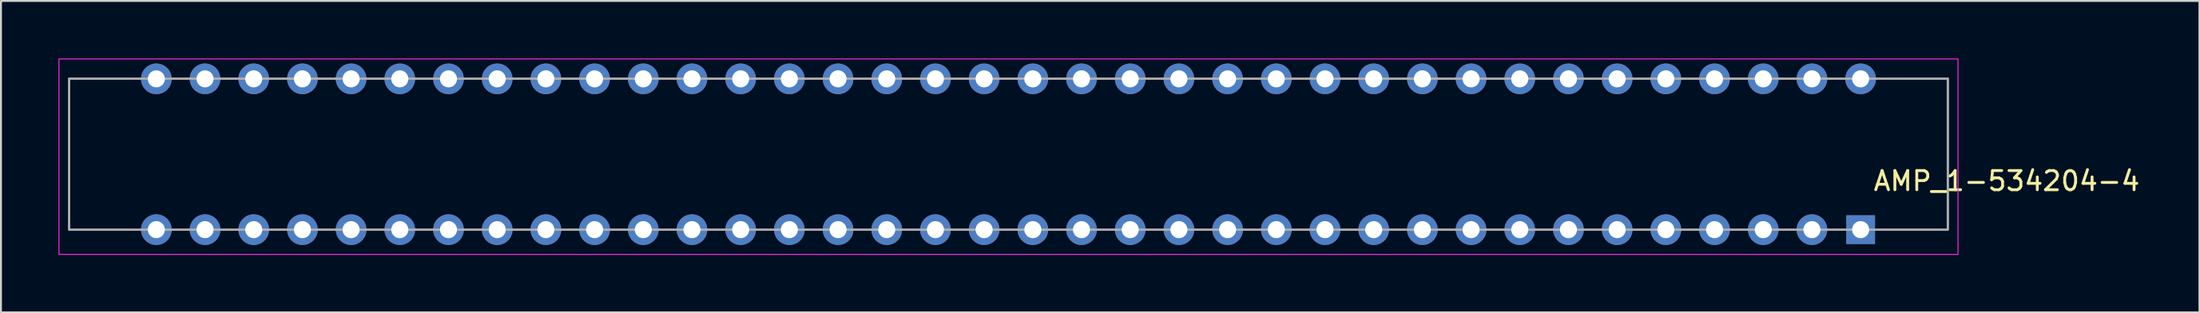
<source format=kicad_pcb>
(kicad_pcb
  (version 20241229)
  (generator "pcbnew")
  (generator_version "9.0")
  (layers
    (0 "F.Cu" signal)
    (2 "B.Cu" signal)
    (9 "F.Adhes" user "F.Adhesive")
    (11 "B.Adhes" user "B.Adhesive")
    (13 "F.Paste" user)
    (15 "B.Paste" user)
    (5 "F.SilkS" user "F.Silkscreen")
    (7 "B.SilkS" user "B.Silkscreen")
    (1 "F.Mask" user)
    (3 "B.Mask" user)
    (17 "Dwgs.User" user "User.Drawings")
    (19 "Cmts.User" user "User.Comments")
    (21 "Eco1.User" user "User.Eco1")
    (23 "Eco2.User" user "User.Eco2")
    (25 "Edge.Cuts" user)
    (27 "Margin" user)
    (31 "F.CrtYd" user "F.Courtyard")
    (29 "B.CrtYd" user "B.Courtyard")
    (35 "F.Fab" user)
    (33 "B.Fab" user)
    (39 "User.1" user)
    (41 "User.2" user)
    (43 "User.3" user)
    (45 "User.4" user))
  (footprint "AMP_1-534204-4"
    (layer "F.Cu")
    (at 94.005 8.935)
    (property "Reference" "AMP_1-534204-4" (at 7.62 -2.54 0) (unlocked yes) (layer "F.SilkS") (effects (font (size 1 1) (thickness 0.15))))
    (attr through_hole)
    (fp_rect (start -93.98 -8.91) (end 5.08 1.29) (stroke (width 0.05) (type default)) (fill no) (layer "F.CrtYd"))
    (fp_rect (start -93.45 -7.88) (end 4.55 0) (stroke (width 0.12) (type default)) (fill no) (layer "F.Fab"))
    (pad "1" thru_hole rect (at 0 0) (size 1.5 1.5) (drill 0.89) (layers "*.Cu" "*.Mask"))
    (pad "2" thru_hole circle (at 0 -7.87) (size 1.6 1.6) (drill 0.89) (layers "*.Cu" "*.Mask"))
    (pad "3" thru_hole circle (at -2.54 0) (size 1.6 1.6) (drill 0.89) (layers "*.Cu" "*.Mask"))
    (pad "4" thru_hole circle (at -2.54 -7.87) (size 1.6 1.6) (drill 0.89) (layers "*.Cu" "*.Mask"))
    (pad "5" thru_hole circle (at -5.08 0) (size 1.6 1.6) (drill 0.89) (layers "*.Cu" "*.Mask"))
    (pad "6" thru_hole circle (at -5.08 -7.87) (size 1.6 1.6) (drill 0.89) (layers "*.Cu" "*.Mask"))
    (pad "7" thru_hole circle (at -7.62 0) (size 1.6 1.6) (drill 0.89) (layers "*.Cu" "*.Mask"))
    (pad "8" thru_hole circle (at -7.62 -7.87) (size 1.6 1.6) (drill 0.89) (layers "*.Cu" "*.Mask"))
    (pad "9" thru_hole circle (at -10.16 0) (size 1.6 1.6) (drill 0.89) (layers "*.Cu" "*.Mask"))
    (pad "10" thru_hole circle (at -10.16 -7.87) (size 1.6 1.6) (drill 0.89) (layers "*.Cu" "*.Mask"))
    (pad "11" thru_hole circle (at -12.7 0) (size 1.6 1.6) (drill 0.89) (layers "*.Cu" "*.Mask"))
    (pad "12" thru_hole circle (at -12.7 -7.87) (size 1.6 1.6) (drill 0.89) (layers "*.Cu" "*.Mask"))
    (pad "13" thru_hole circle (at -15.24 0) (size 1.6 1.6) (drill 0.89) (layers "*.Cu" "*.Mask"))
    (pad "14" thru_hole circle (at -15.24 -7.87) (size 1.6 1.6) (drill 0.89) (layers "*.Cu" "*.Mask"))
    (pad "15" thru_hole circle (at -17.78 0) (size 1.6 1.6) (drill 0.89) (layers "*.Cu" "*.Mask"))
    (pad "16" thru_hole circle (at -17.78 -7.87) (size 1.6 1.6) (drill 0.89) (layers "*.Cu" "*.Mask"))
    (pad "17" thru_hole circle (at -20.32 0) (size 1.6 1.6) (drill 0.89) (layers "*.Cu" "*.Mask"))
    (pad "18" thru_hole circle (at -20.32 -7.87) (size 1.6 1.6) (drill 0.89) (layers "*.Cu" "*.Mask"))
    (pad "19" thru_hole circle (at -22.86 0) (size 1.6 1.6) (drill 0.89) (layers "*.Cu" "*.Mask"))
    (pad "20" thru_hole circle (at -22.86 -7.87) (size 1.6 1.6) (drill 0.89) (layers "*.Cu" "*.Mask"))
    (pad "21" thru_hole circle (at -25.4 0) (size 1.6 1.6) (drill 0.89) (layers "*.Cu" "*.Mask"))
    (pad "22" thru_hole circle (at -25.4 -7.87) (size 1.6 1.6) (drill 0.89) (layers "*.Cu" "*.Mask"))
    (pad "23" thru_hole circle (at -27.94 0) (size 1.6 1.6) (drill 0.89) (layers "*.Cu" "*.Mask"))
    (pad "24" thru_hole circle (at -27.94 -7.87) (size 1.6 1.6) (drill 0.89) (layers "*.Cu" "*.Mask"))
    (pad "25" thru_hole circle (at -30.48 0) (size 1.6 1.6) (drill 0.89) (layers "*.Cu" "*.Mask"))
    (pad "26" thru_hole circle (at -30.48 -7.87) (size 1.6 1.6) (drill 0.89) (layers "*.Cu" "*.Mask"))
    (pad "27" thru_hole circle (at -33.02 0) (size 1.6 1.6) (drill 0.89) (layers "*.Cu" "*.Mask"))
    (pad "28" thru_hole circle (at -33.02 -7.87) (size 1.6 1.6) (drill 0.89) (layers "*.Cu" "*.Mask"))
    (pad "29" thru_hole circle (at -35.56 0) (size 1.6 1.6) (drill 0.89) (layers "*.Cu" "*.Mask"))
    (pad "30" thru_hole circle (at -35.56 -7.87) (size 1.6 1.6) (drill 0.89) (layers "*.Cu" "*.Mask"))
    (pad "31" thru_hole circle (at -38.1 0) (size 1.6 1.6) (drill 0.89) (layers "*.Cu" "*.Mask"))
    (pad "32" thru_hole circle (at -38.1 -7.87) (size 1.6 1.6) (drill 0.89) (layers "*.Cu" "*.Mask"))
    (pad "33" thru_hole circle (at -40.64 0) (size 1.6 1.6) (drill 0.89) (layers "*.Cu" "*.Mask"))
    (pad "34" thru_hole circle (at -40.64 -7.87) (size 1.6 1.6) (drill 0.89) (layers "*.Cu" "*.Mask"))
    (pad "35" thru_hole circle (at -43.18 0) (size 1.6 1.6) (drill 0.89) (layers "*.Cu" "*.Mask"))
    (pad "36" thru_hole circle (at -43.18 -7.87) (size 1.6 1.6) (drill 0.89) (layers "*.Cu" "*.Mask"))
    (pad "37" thru_hole circle (at -45.72 0) (size 1.6 1.6) (drill 0.89) (layers "*.Cu" "*.Mask"))
    (pad "38" thru_hole circle (at -45.72 -7.87) (size 1.6 1.6) (drill 0.89) (layers "*.Cu" "*.Mask"))
    (pad "39" thru_hole circle (at -48.26 0) (size 1.6 1.6) (drill 0.89) (layers "*.Cu" "*.Mask"))
    (pad "40" thru_hole circle (at -48.26 -7.87) (size 1.6 1.6) (drill 0.89) (layers "*.Cu" "*.Mask"))
    (pad "41" thru_hole circle (at -50.8 0) (size 1.6 1.6) (drill 0.89) (layers "*.Cu" "*.Mask"))
    (pad "42" thru_hole circle (at -50.8 -7.87) (size 1.6 1.6) (drill 0.89) (layers "*.Cu" "*.Mask"))
    (pad "43" thru_hole circle (at -53.34 0) (size 1.6 1.6) (drill 0.89) (layers "*.Cu" "*.Mask"))
    (pad "44" thru_hole circle (at -53.34 -7.87) (size 1.6 1.6) (drill 0.89) (layers "*.Cu" "*.Mask"))
    (pad "45" thru_hole circle (at -55.88 0) (size 1.6 1.6) (drill 0.89) (layers "*.Cu" "*.Mask"))
    (pad "46" thru_hole circle (at -55.88 -7.87) (size 1.6 1.6) (drill 0.89) (layers "*.Cu" "*.Mask"))
    (pad "47" thru_hole circle (at -58.42 0) (size 1.6 1.6) (drill 0.89) (layers "*.Cu" "*.Mask"))
    (pad "48" thru_hole circle (at -58.42 -7.87) (size 1.6 1.6) (drill 0.89) (layers "*.Cu" "*.Mask"))
    (pad "49" thru_hole circle (at -60.96 0) (size 1.6 1.6) (drill 0.89) (layers "*.Cu" "*.Mask"))
    (pad "50" thru_hole circle (at -60.96 -7.87) (size 1.6 1.6) (drill 0.89) (layers "*.Cu" "*.Mask"))
    (pad "51" thru_hole circle (at -63.5 0) (size 1.6 1.6) (drill 0.89) (layers "*.Cu" "*.Mask"))
    (pad "52" thru_hole circle (at -63.5 -7.87) (size 1.6 1.6) (drill 0.89) (layers "*.Cu" "*.Mask"))
    (pad "53" thru_hole circle (at -66.04 0) (size 1.6 1.6) (drill 0.89) (layers "*.Cu" "*.Mask"))
    (pad "54" thru_hole circle (at -66.04 -7.87) (size 1.6 1.6) (drill 0.89) (layers "*.Cu" "*.Mask"))
    (pad "55" thru_hole circle (at -68.58 0) (size 1.6 1.6) (drill 0.89) (layers "*.Cu" "*.Mask"))
    (pad "56" thru_hole circle (at -68.58 -7.87) (size 1.6 1.6) (drill 0.89) (layers "*.Cu" "*.Mask"))
    (pad "57" thru_hole circle (at -71.12 0) (size 1.6 1.6) (drill 0.89) (layers "*.Cu" "*.Mask"))
    (pad "58" thru_hole circle (at -71.12 -7.87) (size 1.6 1.6) (drill 0.89) (layers "*.Cu" "*.Mask"))
    (pad "59" thru_hole circle (at -73.66 0) (size 1.6 1.6) (drill 0.89) (layers "*.Cu" "*.Mask"))
    (pad "60" thru_hole circle (at -73.66 -7.87) (size 1.6 1.6) (drill 0.89) (layers "*.Cu" "*.Mask"))
    (pad "61" thru_hole circle (at -76.2 0) (size 1.6 1.6) (drill 0.89) (layers "*.Cu" "*.Mask"))
    (pad "62" thru_hole circle (at -76.2 -7.87) (size 1.6 1.6) (drill 0.89) (layers "*.Cu" "*.Mask"))
    (pad "63" thru_hole circle (at -78.74 0) (size 1.6 1.6) (drill 0.89) (layers "*.Cu" "*.Mask"))
    (pad "64" thru_hole circle (at -78.74 -7.87) (size 1.6 1.6) (drill 0.89) (layers "*.Cu" "*.Mask"))
    (pad "65" thru_hole circle (at -81.28 0) (size 1.6 1.6) (drill 0.89) (layers "*.Cu" "*.Mask"))
    (pad "66" thru_hole circle (at -81.28 -7.87) (size 1.6 1.6) (drill 0.89) (layers "*.Cu" "*.Mask"))
    (pad "67" thru_hole circle (at -83.82 0) (size 1.6 1.6) (drill 0.89) (layers "*.Cu" "*.Mask"))
    (pad "68" thru_hole circle (at -83.82 -7.87) (size 1.6 1.6) (drill 0.89) (layers "*.Cu" "*.Mask"))
    (pad "69" thru_hole circle (at -86.36 0) (size 1.6 1.6) (drill 0.89) (layers "*.Cu" "*.Mask"))
    (pad "70" thru_hole circle (at -86.36 -7.87) (size 1.6 1.6) (drill 0.89) (layers "*.Cu" "*.Mask"))
    (pad "71" thru_hole circle (at -88.9 0) (size 1.6 1.6) (drill 0.89) (layers "*.Cu" "*.Mask"))
    (pad "72" thru_hole circle (at -88.9 -7.87) (size 1.6 1.6) (drill 0.89) (layers "*.Cu" "*.Mask")))
  (gr_rect
    (start -3 -3)
    (end 111.679 13.25)
    (stroke (width 0.1) (type default))
    (fill no)
    (layer "Edge.Cuts")))
</source>
